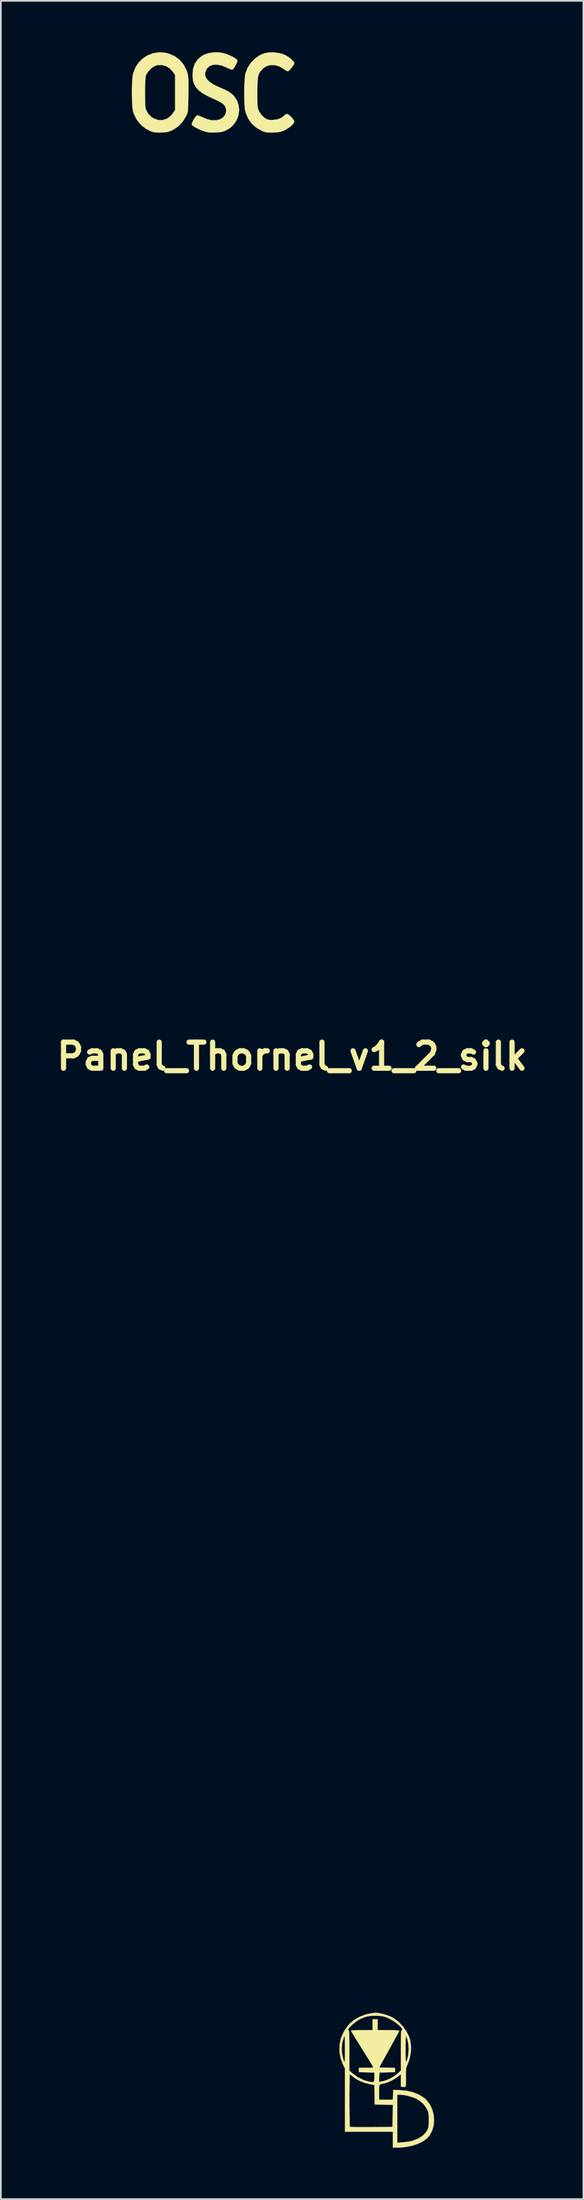
<source format=kicad_pcb>
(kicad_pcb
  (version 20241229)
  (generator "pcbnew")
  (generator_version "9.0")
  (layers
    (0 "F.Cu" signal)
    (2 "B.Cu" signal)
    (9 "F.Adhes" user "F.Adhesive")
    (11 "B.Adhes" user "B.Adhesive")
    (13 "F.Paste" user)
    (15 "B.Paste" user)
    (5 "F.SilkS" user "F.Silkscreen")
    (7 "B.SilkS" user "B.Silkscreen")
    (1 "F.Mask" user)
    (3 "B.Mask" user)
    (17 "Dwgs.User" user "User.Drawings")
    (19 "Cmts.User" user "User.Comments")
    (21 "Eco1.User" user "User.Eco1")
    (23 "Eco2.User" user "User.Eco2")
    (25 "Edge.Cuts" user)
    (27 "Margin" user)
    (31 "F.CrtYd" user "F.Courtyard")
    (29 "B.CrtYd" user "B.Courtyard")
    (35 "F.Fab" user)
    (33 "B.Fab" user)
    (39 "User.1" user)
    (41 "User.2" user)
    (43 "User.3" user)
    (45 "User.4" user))
  (footprint "Panel_Thornel_v1_2_silk"
    (layer "F.Cu")
    (at 14.014 58.631)
    (property "Reference" "Panel_Thornel_v1_2_silk" (at 0 0 0) (layer "F.SilkS") (effects (font (size 1.524 1.524) (thickness 0.3))))
    (attr through_hole)
    (fp_poly (pts (xy -0.741 -58.579) (xy -0.502 -58.509) (xy -0.336 -58.43) (xy -0.173 -58.325) (xy -0.03 -58.209) (xy 0.075 -58.098) (xy 0.125 -58.004) (xy 0.127 -57.988) (xy 0.1 -57.914) (xy 0.03 -57.806) (xy -0.062 -57.687) (xy -0.158 -57.583) (xy -0.233 -57.522) (xy -0.29 -57.53) (xy -0.391 -57.582) (xy -0.501 -57.657) (xy -0.759 -57.808) (xy -1.021 -57.883) (xy -1.277 -57.883) (xy -1.515 -57.81) (xy -1.725 -57.664) (xy -1.857 -57.509) (xy -1.914 -57.418) (xy -1.957 -57.321) (xy -1.988 -57.205) (xy -2.009 -57.059) (xy -2.023 -56.868) (xy -2.03 -56.621) (xy -2.032 -56.305) (xy -2.032 -56.234) (xy -2.032 -55.945) (xy -2.03 -55.727) (xy -2.025 -55.566) (xy -2.016 -55.448) (xy -2 -55.36) (xy -1.977 -55.287) (xy -1.945 -55.216) (xy -1.914 -55.155) (xy -1.774 -54.949) (xy -1.614 -54.801) (xy -1.5 -54.73) (xy -1.397 -54.691) (xy -1.268 -54.677) (xy -1.15 -54.675) (xy -0.861 -54.71) (xy -0.619 -54.806) (xy -0.449 -54.944) (xy -0.367 -55.01) (xy -0.302 -55.033) (xy -0.226 -55.002) (xy -0.125 -54.922) (xy -0.019 -54.815) (xy 0.07 -54.705) (xy 0.122 -54.612) (xy 0.127 -54.585) (xy 0.091 -54.492) (xy -0.006 -54.377) (xy -0.148 -54.256) (xy -0.32 -54.141) (xy -0.461 -54.067) (xy -0.604 -54.009) (xy -0.749 -53.973) (xy -0.925 -53.952) (xy -1.101 -53.944) (xy -1.305 -53.94) (xy -1.454 -53.948) (xy -1.576 -53.971) (xy -1.699 -54.013) (xy -1.743 -54.031) (xy -2.079 -54.215) (xy -2.355 -54.458) (xy -2.567 -54.754) (xy -2.711 -55.097) (xy -2.746 -55.237) (xy -2.768 -55.388) (xy -2.783 -55.603) (xy -2.792 -55.863) (xy -2.795 -56.151) (xy -2.794 -56.448) (xy -2.786 -56.736) (xy -2.774 -56.997) (xy -2.756 -57.213) (xy -2.734 -57.365) (xy -2.729 -57.385) (xy -2.604 -57.716) (xy -2.411 -58.015) (xy -2.165 -58.269) (xy -1.876 -58.464) (xy -1.635 -58.565) (xy -1.362 -58.617) (xy -1.053 -58.621) (xy -0.741 -58.579)) (stroke (width 0.01) (type solid)) (fill yes) (layer "F.SilkS"))
    (fp_poly (pts (xy -7.413 -58.602) (xy -7.211 -58.552) (xy -6.867 -58.404) (xy -6.576 -58.192) (xy -6.344 -57.92) (xy -6.175 -57.595) (xy -6.136 -57.483) (xy -6.108 -57.387) (xy -6.087 -57.294) (xy -6.072 -57.19) (xy -6.063 -57.062) (xy -6.058 -56.898) (xy -6.057 -56.683) (xy -6.059 -56.406) (xy -6.061 -56.17) (xy -6.066 -55.849) (xy -6.07 -55.6) (xy -6.076 -55.411) (xy -6.085 -55.27) (xy -6.098 -55.165) (xy -6.115 -55.083) (xy -6.14 -55.013) (xy -6.172 -54.942) (xy -6.193 -54.898) (xy -6.393 -54.577) (xy -6.646 -54.31) (xy -6.942 -54.11) (xy -6.973 -54.094) (xy -7.126 -54.025) (xy -7.259 -53.982) (xy -7.405 -53.958) (xy -7.598 -53.945) (xy -7.637 -53.944) (xy -7.857 -53.942) (xy -8.024 -53.955) (xy -8.169 -53.988) (xy -8.253 -54.016) (xy -8.569 -54.177) (xy -8.846 -54.404) (xy -9.072 -54.686) (xy -9.236 -55.008) (xy -9.291 -55.18) (xy -9.318 -55.338) (xy -9.338 -55.562) (xy -9.352 -55.832) (xy -9.359 -56.131) (xy -9.359 -56.259) (xy -8.593 -56.259) (xy -8.591 -55.998) (xy -8.586 -55.756) (xy -8.578 -55.548) (xy -8.565 -55.391) (xy -8.549 -55.302) (xy -8.549 -55.301) (xy -8.413 -55.05) (xy -8.217 -54.849) (xy -8.07 -54.756) (xy -7.82 -54.673) (xy -7.566 -54.67) (xy -7.322 -54.748) (xy -7.235 -54.798) (xy -7.107 -54.905) (xy -6.986 -55.039) (xy -6.954 -55.084) (xy -6.837 -55.26) (xy -6.837 -57.305) (xy -6.961 -57.484) (xy -7.144 -57.684) (xy -7.366 -57.821) (xy -7.611 -57.889) (xy -7.863 -57.882) (xy -7.92 -57.869) (xy -8.096 -57.788) (xy -8.272 -57.653) (xy -8.423 -57.486) (xy -8.527 -57.312) (xy -8.546 -57.256) (xy -8.563 -57.153) (xy -8.576 -56.985) (xy -8.585 -56.769) (xy -8.591 -56.521) (xy -8.593 -56.259) (xy -9.359 -56.259) (xy -9.359 -56.438) (xy -9.352 -56.736) (xy -9.338 -57.006) (xy -9.317 -57.229) (xy -9.29 -57.385) (xy -9.16 -57.728) (xy -8.967 -58.025) (xy -8.721 -58.269) (xy -8.433 -58.454) (xy -8.112 -58.575) (xy -7.768 -58.626) (xy -7.413 -58.602)) (stroke (width 0.01) (type solid)) (fill yes) (layer "F.SilkS"))
    (fp_poly (pts (xy -4.278 -58.623) (xy -4.058 -58.59) (xy -3.873 -58.536) (xy -3.676 -58.46) (xy -3.488 -58.373) (xy -3.335 -58.286) (xy -3.244 -58.214) (xy -3.207 -58.166) (xy -3.197 -58.117) (xy -3.218 -58.044) (xy -3.274 -57.926) (xy -3.3 -57.874) (xy -3.394 -57.711) (xy -3.471 -57.628) (xy -3.508 -57.616) (xy -3.583 -57.634) (xy -3.706 -57.682) (xy -3.849 -57.748) (xy -4.131 -57.86) (xy -4.395 -57.908) (xy -4.63 -57.894) (xy -4.826 -57.817) (xy -4.974 -57.68) (xy -4.997 -57.645) (xy -5.078 -57.447) (xy -5.075 -57.255) (xy -4.989 -57.072) (xy -4.82 -56.897) (xy -4.569 -56.732) (xy -4.284 -56.598) (xy -4.015 -56.482) (xy -3.811 -56.385) (xy -3.655 -56.296) (xy -3.532 -56.206) (xy -3.427 -56.105) (xy -3.391 -56.066) (xy -3.221 -55.813) (xy -3.124 -55.535) (xy -3.096 -55.245) (xy -3.134 -54.954) (xy -3.236 -54.677) (xy -3.398 -54.426) (xy -3.617 -54.214) (xy -3.846 -54.075) (xy -3.988 -54.016) (xy -4.129 -53.978) (xy -4.3 -53.956) (xy -4.487 -53.946) (xy -4.697 -53.941) (xy -4.856 -53.949) (xy -4.998 -53.975) (xy -5.155 -54.022) (xy -5.198 -54.037) (xy -5.404 -54.118) (xy -5.593 -54.208) (xy -5.746 -54.297) (xy -5.844 -54.374) (xy -5.862 -54.397) (xy -5.861 -54.463) (xy -5.82 -54.571) (xy -5.754 -54.697) (xy -5.676 -54.818) (xy -5.6 -54.91) (xy -5.541 -54.949) (xy -5.539 -54.949) (xy -5.462 -54.93) (xy -5.337 -54.882) (xy -5.195 -54.815) (xy -4.922 -54.707) (xy -4.659 -54.657) (xy -4.416 -54.663) (xy -4.204 -54.72) (xy -4.033 -54.827) (xy -3.913 -54.978) (xy -3.856 -55.172) (xy -3.852 -55.239) (xy -3.875 -55.39) (xy -3.948 -55.522) (xy -4.081 -55.645) (xy -4.281 -55.766) (xy -4.519 -55.877) (xy -4.897 -56.051) (xy -5.198 -56.216) (xy -5.431 -56.383) (xy -5.602 -56.558) (xy -5.718 -56.751) (xy -5.787 -56.968) (xy -5.816 -57.218) (xy -5.817 -57.34) (xy -5.78 -57.686) (xy -5.676 -57.98) (xy -5.504 -58.224) (xy -5.263 -58.419) (xy -5.137 -58.488) (xy -4.882 -58.577) (xy -4.584 -58.623) (xy -4.278 -58.623)) (stroke (width 0.01) (type solid)) (fill yes) (layer "F.SilkS"))
    (fp_poly (pts (xy 5.055 55.856) (xy 5.221 55.891) (xy 5.315 55.913) (xy 5.526 55.976) (xy 5.734 56.054) (xy 5.9 56.134) (xy 5.917 56.144) (xy 6.199 56.353) (xy 6.455 56.617) (xy 6.67 56.917) (xy 6.828 57.231) (xy 6.898 57.451) (xy 6.943 57.806) (xy 6.928 58.184) (xy 6.855 58.555) (xy 6.729 58.889) (xy 6.722 58.903) (xy 6.685 58.987) (xy 6.661 59.08) (xy 6.648 59.201) (xy 6.643 59.368) (xy 6.644 59.592) (xy 6.645 59.795) (xy 6.642 59.968) (xy 6.637 60.091) (xy 6.629 60.149) (xy 6.629 60.15) (xy 6.577 60.168) (xy 6.48 60.165) (xy 6.479 60.165) (xy 6.35 60.146) (xy 6.35 59.433) (xy 6.128 59.601) (xy 5.842 59.785) (xy 5.549 59.915) (xy 5.375 59.963) (xy 5.245 59.989) (xy 5.16 60.016) (xy 5.11 60.06) (xy 5.087 60.137) (xy 5.08 60.265) (xy 5.08 60.46) (xy 5.08 60.476) (xy 5.08 60.918) (xy 5.88 60.918) (xy 5.893 60.632) (xy 5.905 60.346) (xy 6.272 60.355) (xy 6.688 60.393) (xy 7.077 60.486) (xy 7.424 60.628) (xy 7.716 60.815) (xy 7.831 60.917) (xy 8.033 61.172) (xy 8.177 61.465) (xy 8.263 61.782) (xy 8.292 62.109) (xy 8.262 62.431) (xy 8.175 62.734) (xy 8.029 63.002) (xy 7.867 63.183) (xy 7.622 63.358) (xy 7.313 63.503) (xy 6.957 63.614) (xy 6.57 63.685) (xy 6.171 63.712) (xy 6.154 63.712) (xy 5.884 63.712) (xy 5.884 63.428) (xy 6.138 63.428) (xy 6.488 63.401) (xy 6.682 63.381) (xy 6.872 63.351) (xy 7.02 63.318) (xy 7.034 63.314) (xy 7.36 63.186) (xy 7.615 63.028) (xy 7.805 62.833) (xy 7.868 62.738) (xy 7.919 62.644) (xy 7.952 62.555) (xy 7.97 62.449) (xy 7.978 62.303) (xy 7.98 62.103) (xy 7.978 61.895) (xy 7.969 61.747) (xy 7.949 61.637) (xy 7.913 61.54) (xy 7.867 61.447) (xy 7.686 61.181) (xy 7.449 60.972) (xy 7.25 60.855) (xy 7.038 60.769) (xy 6.784 60.695) (xy 6.527 60.643) (xy 6.305 60.622) (xy 6.297 60.622) (xy 6.138 60.621) (xy 6.138 63.428) (xy 5.884 63.428) (xy 5.884 62.78) (xy 3.09 62.78) (xy 3.09 60.853) (xy 3.345 60.853) (xy 3.345 61.164) (xy 3.347 61.468) (xy 3.349 61.754) (xy 3.353 62.009) (xy 3.357 62.222) (xy 3.362 62.382) (xy 3.369 62.477) (xy 3.373 62.499) (xy 3.421 62.506) (xy 3.543 62.511) (xy 3.728 62.515) (xy 3.965 62.518) (xy 4.244 62.518) (xy 4.552 62.517) (xy 4.633 62.516) (xy 5.863 62.505) (xy 5.875 61.861) (xy 5.887 61.217) (xy 5.353 61.205) (xy 4.819 61.193) (xy 4.812 60.624) (xy 4.805 60.055) (xy 4.514 60.001) (xy 4.231 59.927) (xy 3.949 59.816) (xy 3.699 59.681) (xy 3.548 59.569) (xy 3.454 59.491) (xy 3.387 59.443) (xy 3.37 59.436) (xy 3.364 59.476) (xy 3.358 59.59) (xy 3.353 59.765) (xy 3.35 59.991) (xy 3.347 60.255) (xy 3.345 60.546) (xy 3.345 60.853) (xy 3.09 60.853) (xy 3.09 59.095) (xy 2.984 58.885) (xy 2.832 58.497) (xy 2.762 58.098) (xy 2.766 57.918) (xy 2.893 57.918) (xy 2.916 58.21) (xy 2.955 58.418) (xy 2.997 58.581) (xy 3.037 58.684) (xy 3.068 58.716) (xy 3.075 58.676) (xy 3.08 58.564) (xy 3.085 58.394) (xy 3.087 58.179) (xy 3.087 57.931) (xy 3.087 57.923) (xy 3.085 57.647) (xy 3.083 57.448) (xy 3.078 57.315) (xy 3.071 57.24) (xy 3.059 57.213) (xy 3.043 57.227) (xy 3.021 57.271) (xy 3.02 57.275) (xy 2.927 57.581) (xy 2.893 57.918) (xy 2.766 57.918) (xy 2.77 57.7) (xy 2.857 57.31) (xy 3.021 56.937) (xy 3.112 56.805) (xy 3.27 56.805) (xy 3.272 56.844) (xy 3.278 56.846) (xy 3.298 56.859) (xy 3.313 56.893) (xy 3.325 56.958) (xy 3.333 57.063) (xy 3.339 57.217) (xy 3.342 57.429) (xy 3.344 57.708) (xy 3.344 58.037) (xy 3.344 59.214) (xy 3.508 59.363) (xy 3.837 59.604) (xy 4.205 59.778) (xy 4.36 59.826) (xy 4.555 59.874) (xy 4.683 59.892) (xy 4.757 59.871) (xy 4.793 59.806) (xy 4.804 59.689) (xy 4.805 59.605) (xy 4.805 59.33) (xy 4.35 59.318) (xy 3.895 59.306) (xy 3.895 59.055) (xy 4.323 59.055) (xy 4.52 59.053) (xy 4.646 59.046) (xy 4.712 59.031) (xy 4.73 59.008) (xy 4.728 58.997) (xy 4.7 58.947) (xy 4.634 58.835) (xy 4.534 58.671) (xy 4.407 58.464) (xy 4.258 58.224) (xy 4.095 57.961) (xy 4.067 57.917) (xy 3.903 57.654) (xy 3.754 57.414) (xy 3.627 57.207) (xy 3.527 57.043) (xy 3.459 56.93) (xy 3.43 56.877) (xy 3.429 56.875) (xy 3.469 56.868) (xy 3.579 56.861) (xy 3.744 56.857) (xy 3.95 56.854) (xy 4.064 56.854) (xy 4.699 56.854) (xy 4.699 56.219) (xy 4.995 56.219) (xy 4.995 56.854) (xy 5.635 56.854) (xy 5.89 56.855) (xy 6.07 56.86) (xy 6.184 56.87) (xy 6.242 56.885) (xy 6.253 56.906) (xy 6.253 56.907) (xy 6.228 56.956) (xy 6.167 57.07) (xy 6.076 57.238) (xy 5.96 57.449) (xy 5.825 57.695) (xy 5.676 57.965) (xy 5.659 57.997) (xy 5.086 59.034) (xy 5.549 59.046) (xy 6.011 59.058) (xy 6.011 59.306) (xy 5.556 59.318) (xy 5.101 59.33) (xy 5.088 59.601) (xy 5.076 59.871) (xy 5.247 59.848) (xy 5.448 59.797) (xy 5.679 59.701) (xy 5.909 59.575) (xy 6.108 59.434) (xy 6.157 59.392) (xy 6.35 59.214) (xy 6.35 58.037) (xy 6.35 57.932) (xy 6.625 57.932) (xy 6.625 57.935) (xy 6.626 58.182) (xy 6.63 58.397) (xy 6.635 58.566) (xy 6.642 58.677) (xy 6.65 58.716) (xy 6.677 58.68) (xy 6.715 58.59) (xy 6.726 58.558) (xy 6.782 58.301) (xy 6.805 58.005) (xy 6.794 57.709) (xy 6.756 57.489) (xy 6.716 57.345) (xy 6.679 57.235) (xy 6.655 57.184) (xy 6.646 57.215) (xy 6.638 57.317) (xy 6.631 57.479) (xy 6.627 57.688) (xy 6.625 57.932) (xy 6.35 57.932) (xy 6.35 57.689) (xy 6.352 57.416) (xy 6.355 57.21) (xy 6.36 57.061) (xy 6.369 56.959) (xy 6.38 56.896) (xy 6.395 56.862) (xy 6.415 56.848) (xy 6.422 56.846) (xy 6.445 56.813) (xy 6.41 56.745) (xy 6.327 56.65) (xy 6.208 56.54) (xy 6.065 56.425) (xy 5.91 56.315) (xy 5.754 56.222) (xy 5.688 56.188) (xy 5.513 56.109) (xy 5.369 56.06) (xy 5.221 56.032) (xy 5.034 56.017) (xy 4.964 56.014) (xy 4.665 56.013) (xy 4.416 56.044) (xy 4.183 56.112) (xy 3.935 56.226) (xy 3.932 56.228) (xy 3.805 56.305) (xy 3.668 56.406) (xy 3.533 56.518) (xy 3.413 56.63) (xy 3.321 56.73) (xy 3.27 56.805) (xy 3.112 56.805) (xy 3.259 56.592) (xy 3.379 56.459) (xy 3.624 56.256) (xy 3.928 56.082) (xy 4.262 55.949) (xy 4.599 55.871) (xy 4.779 55.849) (xy 4.919 55.843) (xy 5.055 55.856)) (stroke (width 0.01) (type solid)) (fill yes) (layer "F.SilkS")))
  (gr_rect
    (start -3 -3)
    (end 31.027 125.348)
    (stroke (width 0.1) (type default))
    (fill no)
    (layer "Edge.Cuts")))
</source>
